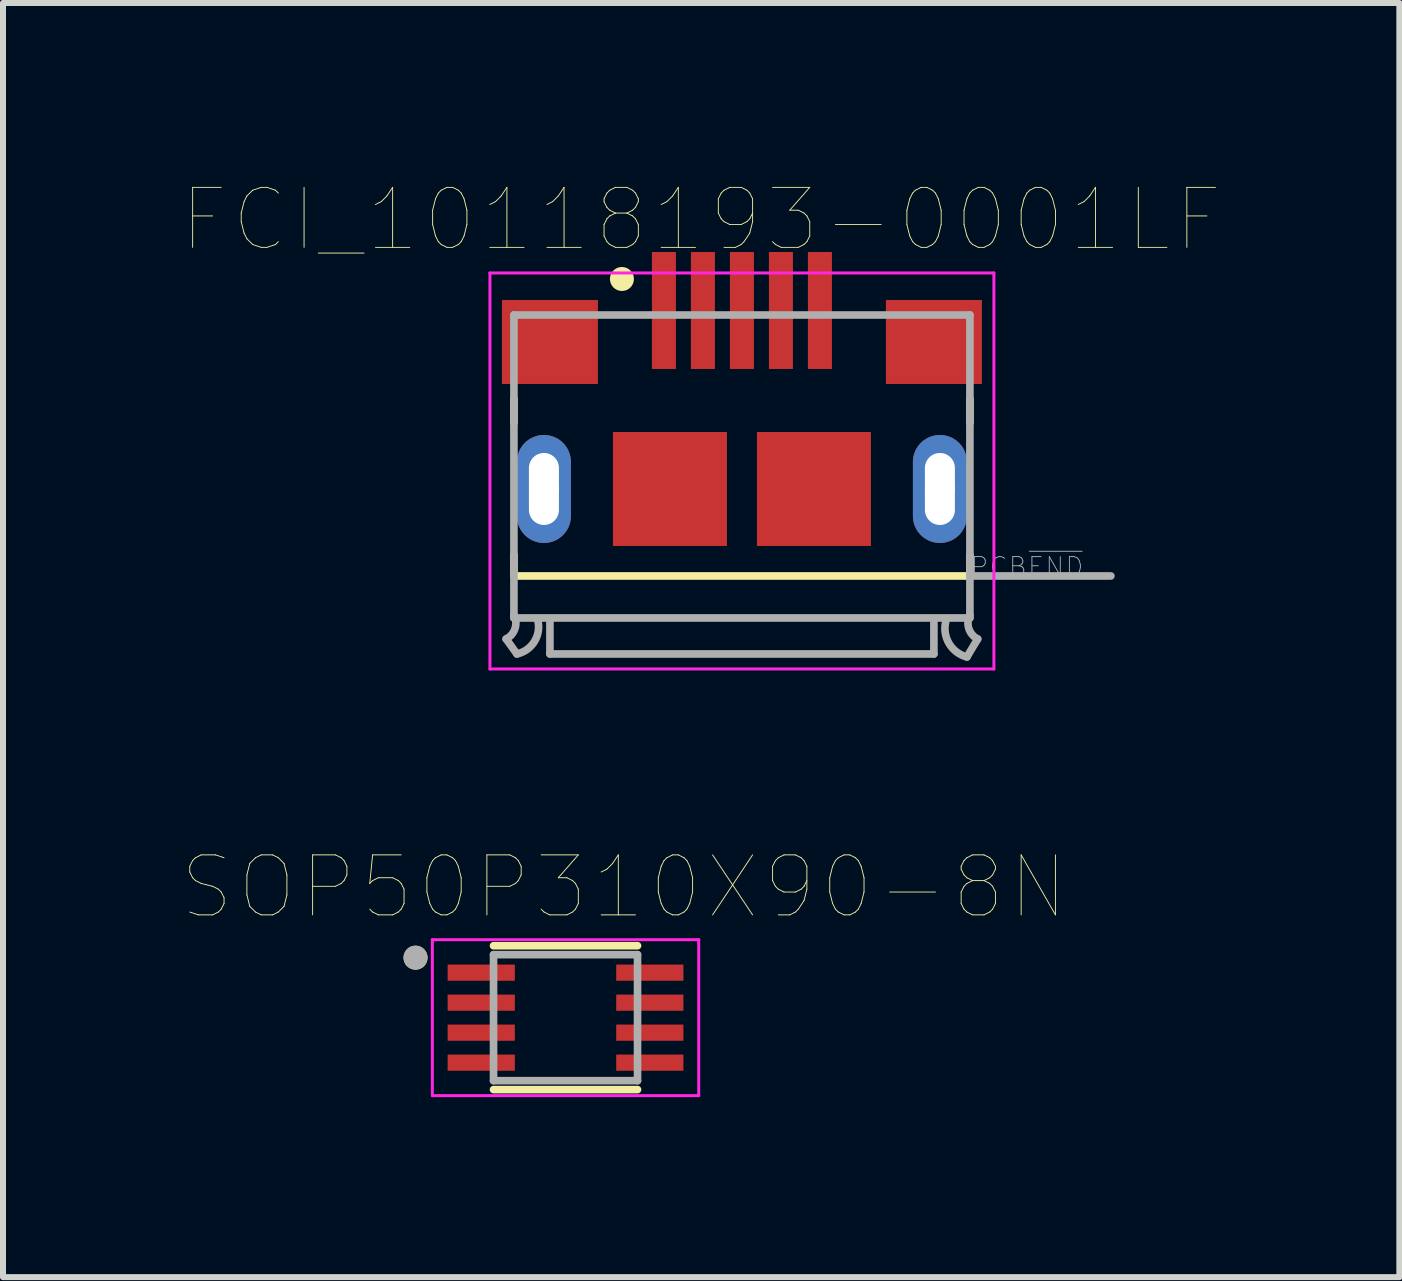
<source format=kicad_pcb>
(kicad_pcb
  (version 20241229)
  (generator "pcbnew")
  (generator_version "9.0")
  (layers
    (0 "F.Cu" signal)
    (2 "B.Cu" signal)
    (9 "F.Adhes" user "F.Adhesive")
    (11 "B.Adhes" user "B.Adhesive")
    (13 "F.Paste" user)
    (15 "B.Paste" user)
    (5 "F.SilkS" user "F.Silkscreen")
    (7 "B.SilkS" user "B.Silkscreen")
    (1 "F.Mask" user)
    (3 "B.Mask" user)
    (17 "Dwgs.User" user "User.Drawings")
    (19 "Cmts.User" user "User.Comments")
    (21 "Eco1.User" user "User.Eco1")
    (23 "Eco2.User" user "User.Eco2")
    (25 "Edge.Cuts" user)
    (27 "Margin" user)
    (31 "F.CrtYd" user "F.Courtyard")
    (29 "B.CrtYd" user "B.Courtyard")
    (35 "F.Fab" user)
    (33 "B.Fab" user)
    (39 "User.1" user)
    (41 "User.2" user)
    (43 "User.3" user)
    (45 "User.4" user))
  (footprint "SOP50P310X90-8N"
    (layer "F.Cu")
    (at 6.376 13.912)
    (property "Reference" "SOP50P310X90-8N" (at 0.975 -2.175 0) (layer "F.SilkS") (effects (font (size 1 1) (thickness 0.015))))
    (attr through_hole)
    (fp_line (start -1.2 -1.199) (end 1.2 -1.199) (stroke (width 0.127) (type solid)) (layer "F.SilkS"))
    (fp_line (start 1.2 1.199) (end -1.2 1.199) (stroke (width 0.127) (type solid)) (layer "F.SilkS"))
    (fp_circle (center -2.5 -1) (end -2.4 -1) (stroke (width 0.2) (type solid)) (fill no) (layer "F.SilkS"))
    (fp_line (start -2.22 -1.3) (end 2.22 -1.3) (stroke (width 0.05) (type solid)) (layer "F.CrtYd"))
    (fp_line (start -2.22 1.3) (end -2.22 -1.3) (stroke (width 0.05) (type solid)) (layer "F.CrtYd"))
    (fp_line (start 2.22 -1.3) (end 2.22 1.3) (stroke (width 0.05) (type solid)) (layer "F.CrtYd"))
    (fp_line (start 2.22 1.3) (end -2.22 1.3) (stroke (width 0.05) (type solid)) (layer "F.CrtYd"))
    (fp_line (start -1.2 -1.05) (end 1.2 -1.05) (stroke (width 0.127) (type solid)) (layer "F.Fab"))
    (fp_line (start -1.2 1.05) (end -1.2 -1.05) (stroke (width 0.127) (type solid)) (layer "F.Fab"))
    (fp_line (start 1.2 -1.05) (end 1.2 1.05) (stroke (width 0.127) (type solid)) (layer "F.Fab"))
    (fp_line (start 1.2 1.05) (end -1.2 1.05) (stroke (width 0.127) (type solid)) (layer "F.Fab"))
    (fp_circle (center -2.5 -1) (end -2.4 -1) (stroke (width 0.2) (type solid)) (fill no) (layer "F.Fab"))
    (pad "1" smd rect (at -1.405 -0.75) (size 1.12 0.27) (layers "F.Cu" "F.Mask" "F.Paste"))
    (pad "2" smd rect (at -1.405 -0.25) (size 1.12 0.27) (layers "F.Cu" "F.Mask" "F.Paste"))
    (pad "3" smd rect (at -1.405 0.25) (size 1.12 0.27) (layers "F.Cu" "F.Mask" "F.Paste"))
    (pad "4" smd rect (at -1.405 0.75) (size 1.12 0.27) (layers "F.Cu" "F.Mask" "F.Paste"))
    (pad "5" smd rect (at 1.405 0.75) (size 1.12 0.27) (layers "F.Cu" "F.Mask" "F.Paste"))
    (pad "6" smd rect (at 1.405 0.25) (size 1.12 0.27) (layers "F.Cu" "F.Mask" "F.Paste"))
    (pad "7" smd rect (at 1.405 -0.25) (size 1.12 0.27) (layers "F.Cu" "F.Mask" "F.Paste"))
    (pad "8" smd rect (at 1.405 -0.75) (size 1.12 0.27) (layers "F.Cu" "F.Mask" "F.Paste")))
  (footprint "FCI_10118193-0001LF"
    (layer "F.Cu")
    (at 9.316 5.1)
    (property "Reference" "FCI_10118193-0001LF" (at -0.679 -4.489 0) (layer "F.SilkS") (effects (font (size 1 1) (thickness 0.015))))
    (attr through_hole)
    (fp_line (start -3.8 -1.5) (end -3.8 -1.1) (stroke (width 0.127) (type solid)) (layer "F.SilkS"))
    (fp_line (start -3.8 1.1) (end -3.8 1.4) (stroke (width 0.127) (type solid)) (layer "F.SilkS"))
    (fp_line (start -3.8 1.45) (end 3.8 1.45) (stroke (width 0.127) (type solid)) (layer "F.SilkS"))
    (fp_line (start 3.8 -1.1) (end 3.8 -1.5) (stroke (width 0.127) (type solid)) (layer "F.SilkS"))
    (fp_line (start 3.8 1.1) (end 3.8 1.4) (stroke (width 0.127) (type solid)) (layer "F.SilkS"))
    (fp_circle (center -2 -3.5) (end -1.9 -3.5) (stroke (width 0.2) (type solid)) (fill no) (layer "F.SilkS"))
    (fp_line (start -4.2 -3.6) (end -4.2 3) (stroke (width 0.05) (type solid)) (layer "F.CrtYd"))
    (fp_line (start -4.2 3) (end 4.2 3) (stroke (width 0.05) (type solid)) (layer "F.CrtYd"))
    (fp_line (start 4.2 -3.6) (end -4.2 -3.6) (stroke (width 0.05) (type solid)) (layer "F.CrtYd"))
    (fp_line (start 4.2 3) (end 4.2 -3.6) (stroke (width 0.05) (type solid)) (layer "F.CrtYd"))
    (fp_line (start -3.93 2.5) (end -3.75 2.75) (stroke (width 0.127) (type solid)) (layer "F.Fab"))
    (fp_line (start -3.8 -2.9) (end 3.8 -2.9) (stroke (width 0.127) (type solid)) (layer "F.Fab"))
    (fp_line (start -3.8 2.1) (end -3.8 -2.9) (stroke (width 0.127) (type solid)) (layer "F.Fab"))
    (fp_line (start -3.8 2.15) (end -3.8 2.1) (stroke (width 0.127) (type solid)) (layer "F.Fab"))
    (fp_line (start -3.2 2.2) (end -3.2 2.75) (stroke (width 0.127) (type solid)) (layer "F.Fab"))
    (fp_line (start -3.2 2.75) (end 3.2 2.75) (stroke (width 0.127) (type solid)) (layer "F.Fab"))
    (fp_line (start 3.2 2.75) (end 3.2 2.2) (stroke (width 0.127) (type solid)) (layer "F.Fab"))
    (fp_line (start 3.8 -2.9) (end 3.8 1.45) (stroke (width 0.127) (type solid)) (layer "F.Fab"))
    (fp_line (start 3.8 1.45) (end 3.8 2.15) (stroke (width 0.127) (type solid)) (layer "F.Fab"))
    (fp_line (start 3.8 1.45) (end 6.15 1.45) (stroke (width 0.127) (type solid)) (layer "F.Fab"))
    (fp_line (start 3.8 2.15) (end -3.8 2.15) (stroke (width 0.127) (type solid)) (layer "F.Fab"))
    (fp_line (start 3.93 2.5) (end 3.75 2.8) (stroke (width 0.127) (type solid)) (layer "F.Fab"))
    (fp_arc (start -3.8 2.1) (mid -3.782157 2.326924) (end -3.93 2.5) (stroke (width 0.127) (type solid)) (layer "F.Fab"))
    (fp_arc (start -3.4 2.2) (mid -3.461091 2.547487) (end -3.75 2.75) (stroke (width 0.127) (type solid)) (layer "F.Fab"))
    (fp_arc (start 3.75 2.8) (mid 3.450736 2.572487) (end 3.4 2.2) (stroke (width 0.127) (type solid)) (layer "F.Fab"))
    (fp_arc (start 3.93 2.5) (mid 3.782157 2.326924) (end 3.8 2.1) (stroke (width 0.127) (type solid)) (layer "F.Fab"))
    (fp_text user "PCB~{END}" (at 4.75 1.3 0) (layer "F.Fab") (effects (font (size 0.32 0.32) (thickness 0.015))))
    (pad "" np_thru_hole circle (at -3.3 0) (size 0.5 0.5) (drill 0.5) (layers "*.Cu" "*.Mask"))
    (pad "" np_thru_hole circle (at 3.3 0) (size 0.5 0.5) (drill 0.5) (layers "*.Cu" "*.Mask"))
    (pad "1" smd rect (at -1.3 -2.975) (size 0.4 1.95) (layers "F.Cu" "F.Mask" "F.Paste"))
    (pad "2" smd rect (at -0.65 -2.975) (size 0.4 1.95) (layers "F.Cu" "F.Mask" "F.Paste"))
    (pad "3" smd rect (at 0 -2.975) (size 0.4 1.95) (layers "F.Cu" "F.Mask" "F.Paste"))
    (pad "4" smd rect (at 0.65 -2.975) (size 0.4 1.95) (layers "F.Cu" "F.Mask" "F.Paste"))
    (pad "5" smd rect (at 1.3 -2.975) (size 0.4 1.95) (layers "F.Cu" "F.Mask" "F.Paste"))
    (pad "S1" smd rect (at -3.2 -2.45) (size 1.6 1.4) (layers "F.Cu" "F.Mask" "F.Paste"))
    (pad "S2" smd rect (at 3.2 -2.45) (size 1.6 1.4) (layers "F.Cu" "F.Mask" "F.Paste"))
    (pad "S3" smd rect (at 1.2 0) (size 1.9 1.9) (layers "F.Cu" "F.Mask" "F.Paste"))
    (pad "S4" smd rect (at -1.2 0) (size 1.9 1.9) (layers "F.Cu" "F.Mask" "F.Paste"))
    (pad "S5" thru_hole oval (at -3.3 0) (size 0.9 1.8) (drill oval 0.5 1.2) (layers "*.Cu" "*.Mask"))
    (pad "S6" thru_hole oval (at 3.3 0) (size 0.9 1.8) (drill oval 0.5 1.2) (layers "*.Cu" "*.Mask")))
  (gr_rect
    (start -3 -3)
    (end 20.274 18.237)
    (stroke (width 0.1) (type default))
    (fill no)
    (layer "Edge.Cuts")))
</source>
